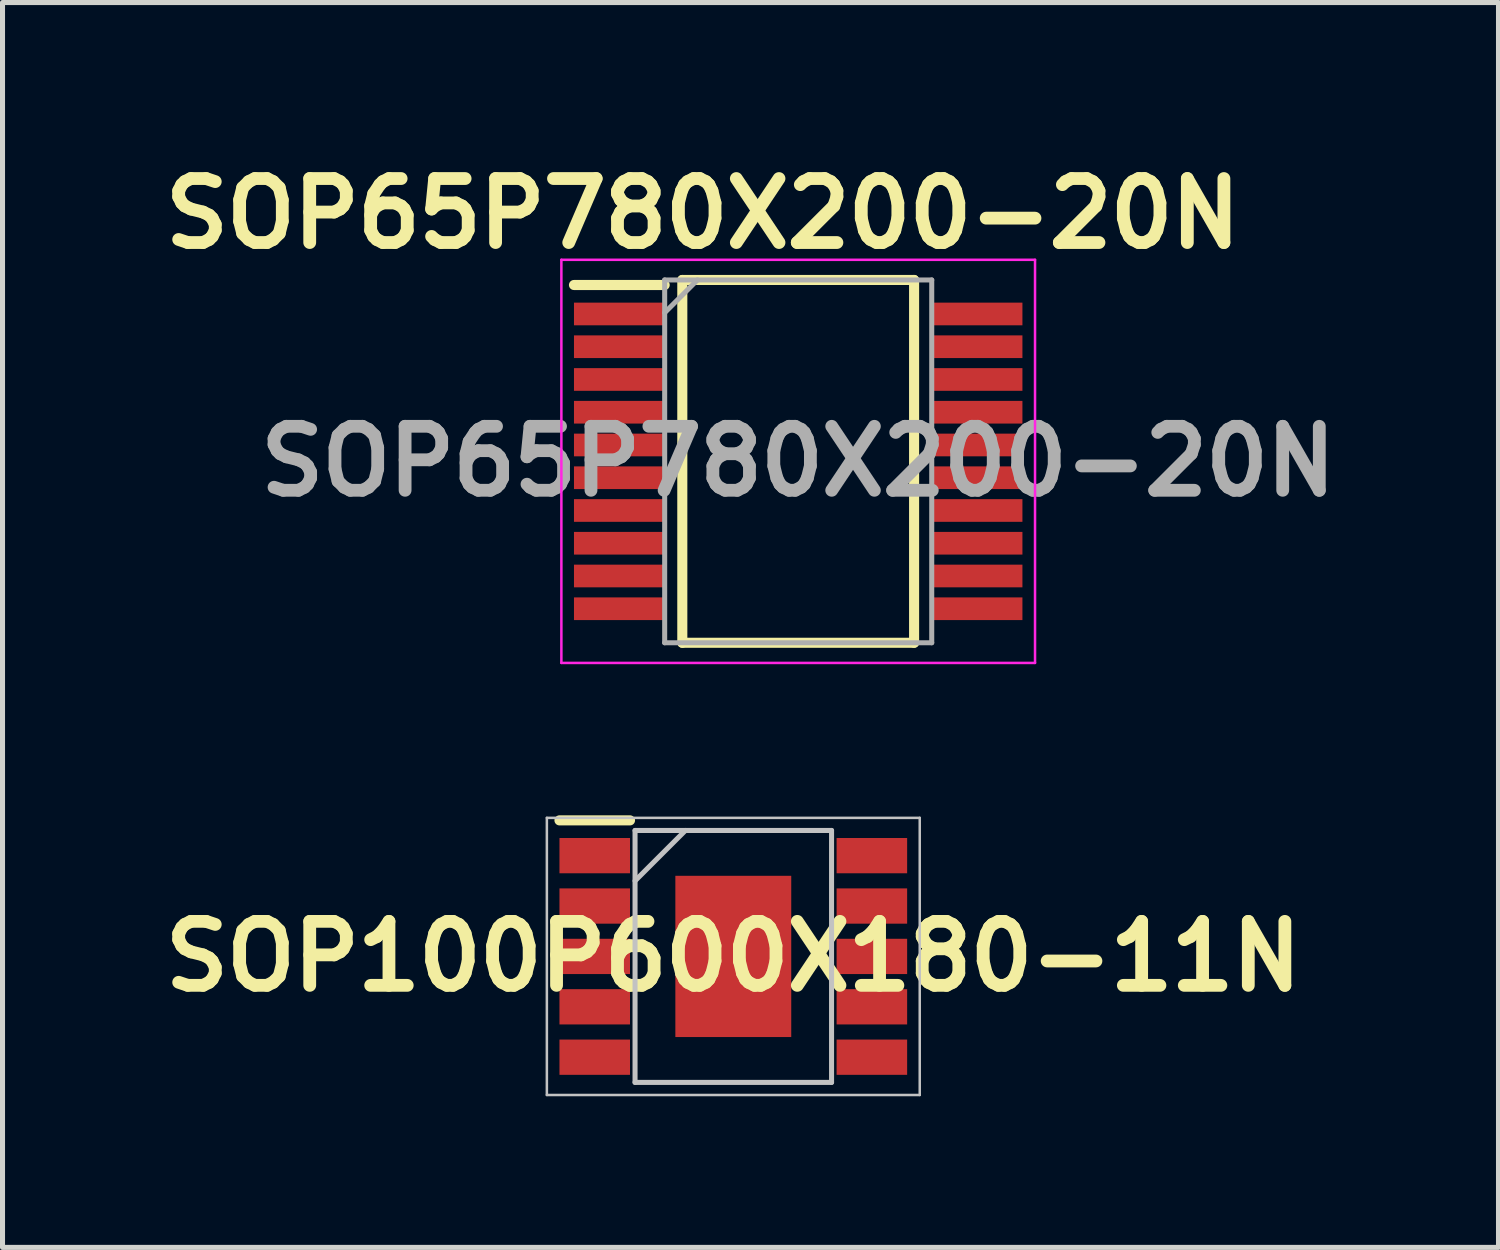
<source format=kicad_pcb>
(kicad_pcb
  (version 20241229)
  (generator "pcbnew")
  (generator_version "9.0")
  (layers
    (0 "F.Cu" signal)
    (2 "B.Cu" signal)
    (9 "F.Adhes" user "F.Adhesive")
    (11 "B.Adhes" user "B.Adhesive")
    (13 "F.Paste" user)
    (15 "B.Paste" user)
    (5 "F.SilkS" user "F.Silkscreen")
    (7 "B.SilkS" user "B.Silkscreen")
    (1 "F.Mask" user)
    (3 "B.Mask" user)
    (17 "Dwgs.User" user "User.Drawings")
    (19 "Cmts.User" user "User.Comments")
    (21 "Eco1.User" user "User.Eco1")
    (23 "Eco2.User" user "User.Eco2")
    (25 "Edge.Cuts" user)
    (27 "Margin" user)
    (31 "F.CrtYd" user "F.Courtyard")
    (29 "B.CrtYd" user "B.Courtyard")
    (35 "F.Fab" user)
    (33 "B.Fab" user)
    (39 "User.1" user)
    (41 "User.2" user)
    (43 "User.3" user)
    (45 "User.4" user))
  (footprint "SOP65P780X200-20N"
    (layer "F.Cu")
    (at 12.791 6.106)
    (property "Reference" "SOP65P780X200-20N" (at -1.893 -4.917 0) (layer "F.SilkS") (effects (font (size 1.27 1.27) (thickness 0.254))))
    (attr smd)
    (fp_line (start -4.45 -3.5) (end -2.65 -3.5) (stroke (width 0.2) (type solid)) (layer "F.SilkS"))
    (fp_line (start -2.3 -3.6) (end 2.3 -3.6) (stroke (width 0.2) (type solid)) (layer "F.SilkS"))
    (fp_line (start -2.3 3.6) (end -2.3 -3.6) (stroke (width 0.2) (type solid)) (layer "F.SilkS"))
    (fp_line (start 2.3 -3.6) (end 2.3 3.6) (stroke (width 0.2) (type solid)) (layer "F.SilkS"))
    (fp_line (start 2.3 3.6) (end -2.3 3.6) (stroke (width 0.2) (type solid)) (layer "F.SilkS"))
    (fp_line (start -4.7 -4) (end 4.7 -4) (stroke (width 0.05) (type solid)) (layer "F.CrtYd"))
    (fp_line (start -4.7 4) (end -4.7 -4) (stroke (width 0.05) (type solid)) (layer "F.CrtYd"))
    (fp_line (start 4.7 -4) (end 4.7 4) (stroke (width 0.05) (type solid)) (layer "F.CrtYd"))
    (fp_line (start 4.7 4) (end -4.7 4) (stroke (width 0.05) (type solid)) (layer "F.CrtYd"))
    (fp_line (start -2.65 -3.6) (end 2.65 -3.6) (stroke (width 0.1) (type solid)) (layer "F.Fab"))
    (fp_line (start -2.65 -2.95) (end -2 -3.6) (stroke (width 0.1) (type solid)) (layer "F.Fab"))
    (fp_line (start -2.65 3.6) (end -2.65 -3.6) (stroke (width 0.1) (type solid)) (layer "F.Fab"))
    (fp_line (start 2.65 -3.6) (end 2.65 3.6) (stroke (width 0.1) (type solid)) (layer "F.Fab"))
    (fp_line (start 2.65 3.6) (end -2.65 3.6) (stroke (width 0.1) (type solid)) (layer "F.Fab"))
    (fp_text user "${REFERENCE}" (at 0 0 0) (layer "F.Fab") (effects (font (size 1.27 1.27) (thickness 0.254))))
    (pad "1" smd rect (at -3.55 -2.925 90) (size 0.45 1.8) (layers "F.Cu" "F.Mask" "F.Paste"))
    (pad "2" smd rect (at -3.55 -2.275 90) (size 0.45 1.8) (layers "F.Cu" "F.Mask" "F.Paste"))
    (pad "3" smd rect (at -3.55 -1.625 90) (size 0.45 1.8) (layers "F.Cu" "F.Mask" "F.Paste"))
    (pad "4" smd rect (at -3.55 -0.975 90) (size 0.45 1.8) (layers "F.Cu" "F.Mask" "F.Paste"))
    (pad "5" smd rect (at -3.55 -0.325 90) (size 0.45 1.8) (layers "F.Cu" "F.Mask" "F.Paste"))
    (pad "6" smd rect (at -3.55 0.325 90) (size 0.45 1.8) (layers "F.Cu" "F.Mask" "F.Paste"))
    (pad "7" smd rect (at -3.55 0.975 90) (size 0.45 1.8) (layers "F.Cu" "F.Mask" "F.Paste"))
    (pad "8" smd rect (at -3.55 1.625 90) (size 0.45 1.8) (layers "F.Cu" "F.Mask" "F.Paste"))
    (pad "9" smd rect (at -3.55 2.275 90) (size 0.45 1.8) (layers "F.Cu" "F.Mask" "F.Paste"))
    (pad "10" smd rect (at -3.55 2.925 90) (size 0.45 1.8) (layers "F.Cu" "F.Mask" "F.Paste"))
    (pad "11" smd rect (at 3.55 2.925 90) (size 0.45 1.8) (layers "F.Cu" "F.Mask" "F.Paste"))
    (pad "12" smd rect (at 3.55 2.275 90) (size 0.45 1.8) (layers "F.Cu" "F.Mask" "F.Paste"))
    (pad "13" smd rect (at 3.55 1.625 90) (size 0.45 1.8) (layers "F.Cu" "F.Mask" "F.Paste"))
    (pad "14" smd rect (at 3.55 0.975 90) (size 0.45 1.8) (layers "F.Cu" "F.Mask" "F.Paste"))
    (pad "15" smd rect (at 3.55 0.325 90) (size 0.45 1.8) (layers "F.Cu" "F.Mask" "F.Paste"))
    (pad "16" smd rect (at 3.55 -0.325 90) (size 0.45 1.8) (layers "F.Cu" "F.Mask" "F.Paste"))
    (pad "17" smd rect (at 3.55 -0.975 90) (size 0.45 1.8) (layers "F.Cu" "F.Mask" "F.Paste"))
    (pad "18" smd rect (at 3.55 -1.625 90) (size 0.45 1.8) (layers "F.Cu" "F.Mask" "F.Paste"))
    (pad "19" smd rect (at 3.55 -2.275 90) (size 0.45 1.8) (layers "F.Cu" "F.Mask" "F.Paste"))
    (pad "20" smd rect (at 3.55 -2.925 90) (size 0.45 1.8) (layers "F.Cu" "F.Mask" "F.Paste")))
  (footprint "SOP100P600X180-11N"
    (layer "F.Cu")
    (at 11.503 15.931)
    (property "Reference" "SOP100P600X180-11N" (at 0 0 0) (unlocked yes) (layer "F.SilkS") (effects (font (size 1.27 1.27) (thickness 0.254))))
    (attr smd)
    (fp_line (start -3.45 -2.7) (end -2.05 -2.7) (stroke (width 0.2) (type solid)) (layer "F.SilkS"))
    (fp_line (start -3.7 -2.75) (end 3.7 -2.75) (stroke (width 0.05) (type solid)) (layer "Dwgs.User"))
    (fp_line (start -3.7 2.75) (end -3.7 -2.75) (stroke (width 0.05) (type solid)) (layer "Dwgs.User"))
    (fp_line (start -1.95 -2.5) (end 1.95 -2.5) (stroke (width 0.1) (type solid)) (layer "Dwgs.User"))
    (fp_line (start -1.95 -1.5) (end -0.95 -2.5) (stroke (width 0.1) (type solid)) (layer "Dwgs.User"))
    (fp_line (start -1.95 2.5) (end -1.95 -2.5) (stroke (width 0.1) (type solid)) (layer "Dwgs.User"))
    (fp_line (start 1.95 -2.5) (end 1.95 2.5) (stroke (width 0.1) (type solid)) (layer "Dwgs.User"))
    (fp_line (start 1.95 2.5) (end -1.95 2.5) (stroke (width 0.1) (type solid)) (layer "Dwgs.User"))
    (fp_line (start 3.7 -2.75) (end 3.7 2.75) (stroke (width 0.05) (type solid)) (layer "Dwgs.User"))
    (fp_line (start 3.7 2.75) (end -3.7 2.75) (stroke (width 0.05) (type solid)) (layer "Dwgs.User"))
    (pad "1" smd rect (at -2.75 -2 90) (size 0.7 1.4) (layers "F.Cu" "F.Mask" "F.Paste"))
    (pad "2" smd rect (at -2.75 -1 90) (size 0.7 1.4) (layers "F.Cu" "F.Mask" "F.Paste"))
    (pad "3" smd rect (at -2.75 0 90) (size 0.7 1.4) (layers "F.Cu" "F.Mask" "F.Paste"))
    (pad "4" smd rect (at -2.75 1 90) (size 0.7 1.4) (layers "F.Cu" "F.Mask" "F.Paste"))
    (pad "5" smd rect (at -2.75 2 90) (size 0.7 1.4) (layers "F.Cu" "F.Mask" "F.Paste"))
    (pad "6" smd rect (at 2.75 2 90) (size 0.7 1.4) (layers "F.Cu" "F.Mask" "F.Paste"))
    (pad "7" smd rect (at 2.75 1 90) (size 0.7 1.4) (layers "F.Cu" "F.Mask" "F.Paste"))
    (pad "8" smd rect (at 2.75 0 90) (size 0.7 1.4) (layers "F.Cu" "F.Mask" "F.Paste"))
    (pad "9" smd rect (at 2.75 -1 90) (size 0.7 1.4) (layers "F.Cu" "F.Mask" "F.Paste"))
    (pad "10" smd rect (at 2.75 -2 90) (size 0.7 1.4) (layers "F.Cu" "F.Mask" "F.Paste"))
    (pad "11" smd rect (at 0 0) (size 2.3 3.2) (layers "F.Cu" "F.Mask" "F.Paste")))
  (gr_rect
    (start -3 -3)
    (end 26.689 21.706)
    (stroke (width 0.1) (type default))
    (fill no)
    (layer "Edge.Cuts")))
</source>
